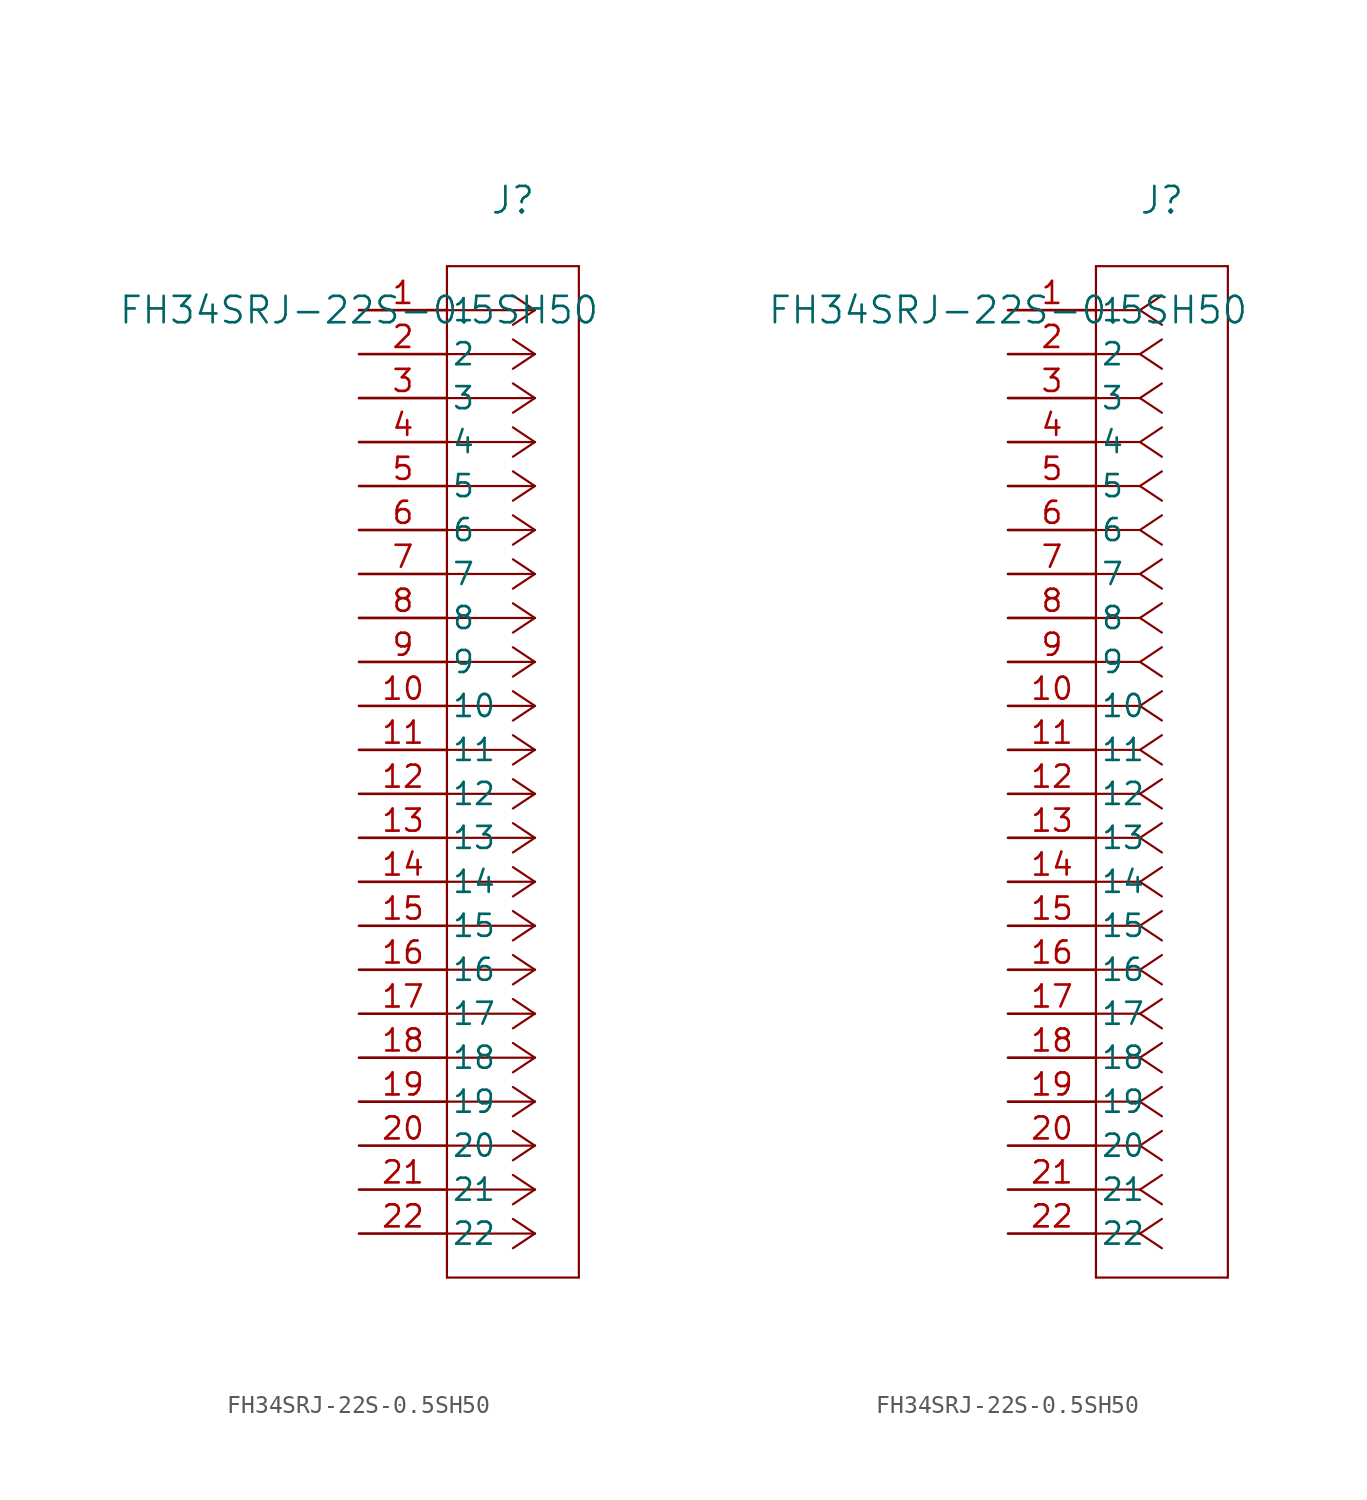
<source format=kicad_sym>
(kicad_symbol_lib
  (version 20211014)
  (generator kicad_symbol_editor)
  (symbol "FH34SRJ-22S-0.5SH50"
    (pin_names
      (offset 0.254))
    (property "Reference" "J"
      (at 8.89 6.35 0)
      (effects (font (size 1.524 1.524))))
    (property "Value" "FH34SRJ-22S-0.5SH50"
      (at 0 0 0)
      (effects (font (size 1.524 1.524))))
    (symbol "FH34SRJ-22S-0.5SH50_1_1"
      (polyline (pts (xy 10.16 0) (xy 5.08 0)) (stroke (width 0.127) (type default) (color 0 0 0 0)) (fill (type none)))
      (polyline (pts (xy 10.16 -2.54) (xy 5.08 -2.54)) (stroke (width 0.127) (type default) (color 0 0 0 0)) (fill (type none)))
      (polyline (pts (xy 10.16 -5.08) (xy 5.08 -5.08)) (stroke (width 0.127) (type default) (color 0 0 0 0)) (fill (type none)))
      (polyline (pts (xy 10.16 -7.62) (xy 5.08 -7.62)) (stroke (width 0.127) (type default) (color 0 0 0 0)) (fill (type none)))
      (polyline (pts (xy 10.16 -10.16) (xy 5.08 -10.16)) (stroke (width 0.127) (type default) (color 0 0 0 0)) (fill (type none)))
      (polyline (pts (xy 10.16 -12.7) (xy 5.08 -12.7)) (stroke (width 0.127) (type default) (color 0 0 0 0)) (fill (type none)))
      (polyline (pts (xy 10.16 -15.24) (xy 5.08 -15.24)) (stroke (width 0.127) (type default) (color 0 0 0 0)) (fill (type none)))
      (polyline (pts (xy 10.16 -17.78) (xy 5.08 -17.78)) (stroke (width 0.127) (type default) (color 0 0 0 0)) (fill (type none)))
      (polyline (pts (xy 10.16 -20.32) (xy 5.08 -20.32)) (stroke (width 0.127) (type default) (color 0 0 0 0)) (fill (type none)))
      (polyline (pts (xy 10.16 -22.86) (xy 5.08 -22.86)) (stroke (width 0.127) (type default) (color 0 0 0 0)) (fill (type none)))
      (polyline (pts (xy 10.16 -25.4) (xy 5.08 -25.4)) (stroke (width 0.127) (type default) (color 0 0 0 0)) (fill (type none)))
      (polyline (pts (xy 10.16 -27.94) (xy 5.08 -27.94)) (stroke (width 0.127) (type default) (color 0 0 0 0)) (fill (type none)))
      (polyline (pts (xy 10.16 -30.48) (xy 5.08 -30.48)) (stroke (width 0.127) (type default) (color 0 0 0 0)) (fill (type none)))
      (polyline (pts (xy 10.16 -33.02) (xy 5.08 -33.02)) (stroke (width 0.127) (type default) (color 0 0 0 0)) (fill (type none)))
      (polyline (pts (xy 10.16 -35.56) (xy 5.08 -35.56)) (stroke (width 0.127) (type default) (color 0 0 0 0)) (fill (type none)))
      (polyline (pts (xy 10.16 -38.1) (xy 5.08 -38.1)) (stroke (width 0.127) (type default) (color 0 0 0 0)) (fill (type none)))
      (polyline (pts (xy 10.16 -40.64) (xy 5.08 -40.64)) (stroke (width 0.127) (type default) (color 0 0 0 0)) (fill (type none)))
      (polyline (pts (xy 10.16 -43.18) (xy 5.08 -43.18)) (stroke (width 0.127) (type default) (color 0 0 0 0)) (fill (type none)))
      (polyline (pts (xy 10.16 -45.72) (xy 5.08 -45.72)) (stroke (width 0.127) (type default) (color 0 0 0 0)) (fill (type none)))
      (polyline (pts (xy 10.16 -48.26) (xy 5.08 -48.26)) (stroke (width 0.127) (type default) (color 0 0 0 0)) (fill (type none)))
      (polyline (pts (xy 10.16 -50.8) (xy 5.08 -50.8)) (stroke (width 0.127) (type default) (color 0 0 0 0)) (fill (type none)))
      (polyline (pts (xy 10.16 -53.34) (xy 5.08 -53.34)) (stroke (width 0.127) (type default) (color 0 0 0 0)) (fill (type none)))
      (polyline (pts (xy 10.16 0) (xy 8.89 0.847)) (stroke (width 0.127) (type default) (color 0 0 0 0)) (fill (type none)))
      (polyline (pts (xy 10.16 -2.54) (xy 8.89 -1.693)) (stroke (width 0.127) (type default) (color 0 0 0 0)) (fill (type none)))
      (polyline (pts (xy 10.16 -5.08) (xy 8.89 -4.233)) (stroke (width 0.127) (type default) (color 0 0 0 0)) (fill (type none)))
      (polyline (pts (xy 10.16 -7.62) (xy 8.89 -6.773)) (stroke (width 0.127) (type default) (color 0 0 0 0)) (fill (type none)))
      (polyline (pts (xy 10.16 -10.16) (xy 8.89 -9.313)) (stroke (width 0.127) (type default) (color 0 0 0 0)) (fill (type none)))
      (polyline (pts (xy 10.16 -12.7) (xy 8.89 -11.853)) (stroke (width 0.127) (type default) (color 0 0 0 0)) (fill (type none)))
      (polyline (pts (xy 10.16 -15.24) (xy 8.89 -14.393)) (stroke (width 0.127) (type default) (color 0 0 0 0)) (fill (type none)))
      (polyline (pts (xy 10.16 -17.78) (xy 8.89 -16.933)) (stroke (width 0.127) (type default) (color 0 0 0 0)) (fill (type none)))
      (polyline (pts (xy 10.16 -20.32) (xy 8.89 -19.473)) (stroke (width 0.127) (type default) (color 0 0 0 0)) (fill (type none)))
      (polyline (pts (xy 10.16 -22.86) (xy 8.89 -22.013)) (stroke (width 0.127) (type default) (color 0 0 0 0)) (fill (type none)))
      (polyline (pts (xy 10.16 -25.4) (xy 8.89 -24.553)) (stroke (width 0.127) (type default) (color 0 0 0 0)) (fill (type none)))
      (polyline (pts (xy 10.16 -27.94) (xy 8.89 -27.093)) (stroke (width 0.127) (type default) (color 0 0 0 0)) (fill (type none)))
      (polyline (pts (xy 10.16 -30.48) (xy 8.89 -29.633)) (stroke (width 0.127) (type default) (color 0 0 0 0)) (fill (type none)))
      (polyline (pts (xy 10.16 -33.02) (xy 8.89 -32.173)) (stroke (width 0.127) (type default) (color 0 0 0 0)) (fill (type none)))
      (polyline (pts (xy 10.16 -35.56) (xy 8.89 -34.713)) (stroke (width 0.127) (type default) (color 0 0 0 0)) (fill (type none)))
      (polyline (pts (xy 10.16 -38.1) (xy 8.89 -37.253)) (stroke (width 0.127) (type default) (color 0 0 0 0)) (fill (type none)))
      (polyline (pts (xy 10.16 -40.64) (xy 8.89 -39.793)) (stroke (width 0.127) (type default) (color 0 0 0 0)) (fill (type none)))
      (polyline (pts (xy 10.16 -43.18) (xy 8.89 -42.333)) (stroke (width 0.127) (type default) (color 0 0 0 0)) (fill (type none)))
      (polyline (pts (xy 10.16 -45.72) (xy 8.89 -44.873)) (stroke (width 0.127) (type default) (color 0 0 0 0)) (fill (type none)))
      (polyline (pts (xy 10.16 -48.26) (xy 8.89 -47.413)) (stroke (width 0.127) (type default) (color 0 0 0 0)) (fill (type none)))
      (polyline (pts (xy 10.16 -50.8) (xy 8.89 -49.953)) (stroke (width 0.127) (type default) (color 0 0 0 0)) (fill (type none)))
      (polyline (pts (xy 10.16 -53.34) (xy 8.89 -52.493)) (stroke (width 0.127) (type default) (color 0 0 0 0)) (fill (type none)))
      (polyline (pts (xy 10.16 0) (xy 8.89 -0.847)) (stroke (width 0.127) (type default) (color 0 0 0 0)) (fill (type none)))
      (polyline (pts (xy 10.16 -2.54) (xy 8.89 -3.387)) (stroke (width 0.127) (type default) (color 0 0 0 0)) (fill (type none)))
      (polyline (pts (xy 10.16 -5.08) (xy 8.89 -5.927)) (stroke (width 0.127) (type default) (color 0 0 0 0)) (fill (type none)))
      (polyline (pts (xy 10.16 -7.62) (xy 8.89 -8.467)) (stroke (width 0.127) (type default) (color 0 0 0 0)) (fill (type none)))
      (polyline (pts (xy 10.16 -10.16) (xy 8.89 -11.007)) (stroke (width 0.127) (type default) (color 0 0 0 0)) (fill (type none)))
      (polyline (pts (xy 10.16 -12.7) (xy 8.89 -13.547)) (stroke (width 0.127) (type default) (color 0 0 0 0)) (fill (type none)))
      (polyline (pts (xy 10.16 -15.24) (xy 8.89 -16.087)) (stroke (width 0.127) (type default) (color 0 0 0 0)) (fill (type none)))
      (polyline (pts (xy 10.16 -17.78) (xy 8.89 -18.627)) (stroke (width 0.127) (type default) (color 0 0 0 0)) (fill (type none)))
      (polyline (pts (xy 10.16 -20.32) (xy 8.89 -21.167)) (stroke (width 0.127) (type default) (color 0 0 0 0)) (fill (type none)))
      (polyline (pts (xy 10.16 -22.86) (xy 8.89 -23.707)) (stroke (width 0.127) (type default) (color 0 0 0 0)) (fill (type none)))
      (polyline (pts (xy 10.16 -25.4) (xy 8.89 -26.247)) (stroke (width 0.127) (type default) (color 0 0 0 0)) (fill (type none)))
      (polyline (pts (xy 10.16 -27.94) (xy 8.89 -28.787)) (stroke (width 0.127) (type default) (color 0 0 0 0)) (fill (type none)))
      (polyline (pts (xy 10.16 -30.48) (xy 8.89 -31.327)) (stroke (width 0.127) (type default) (color 0 0 0 0)) (fill (type none)))
      (polyline (pts (xy 10.16 -33.02) (xy 8.89 -33.867)) (stroke (width 0.127) (type default) (color 0 0 0 0)) (fill (type none)))
      (polyline (pts (xy 10.16 -35.56) (xy 8.89 -36.407)) (stroke (width 0.127) (type default) (color 0 0 0 0)) (fill (type none)))
      (polyline (pts (xy 10.16 -38.1) (xy 8.89 -38.947)) (stroke (width 0.127) (type default) (color 0 0 0 0)) (fill (type none)))
      (polyline (pts (xy 10.16 -40.64) (xy 8.89 -41.487)) (stroke (width 0.127) (type default) (color 0 0 0 0)) (fill (type none)))
      (polyline (pts (xy 10.16 -43.18) (xy 8.89 -44.027)) (stroke (width 0.127) (type default) (color 0 0 0 0)) (fill (type none)))
      (polyline (pts (xy 10.16 -45.72) (xy 8.89 -46.567)) (stroke (width 0.127) (type default) (color 0 0 0 0)) (fill (type none)))
      (polyline (pts (xy 10.16 -48.26) (xy 8.89 -49.107)) (stroke (width 0.127) (type default) (color 0 0 0 0)) (fill (type none)))
      (polyline (pts (xy 10.16 -50.8) (xy 8.89 -51.647)) (stroke (width 0.127) (type default) (color 0 0 0 0)) (fill (type none)))
      (polyline (pts (xy 10.16 -53.34) (xy 8.89 -54.187)) (stroke (width 0.127) (type default) (color 0 0 0 0)) (fill (type none)))
      (polyline (pts (xy 5.08 2.54) (xy 5.08 -55.88)) (stroke (width 0.127) (type default) (color 0 0 0 0)) (fill (type none)))
      (polyline (pts (xy 5.08 -55.88) (xy 12.7 -55.88)) (stroke (width 0.127) (type default) (color 0 0 0 0)) (fill (type none)))
      (polyline (pts (xy 12.7 -55.88) (xy 12.7 2.54)) (stroke (width 0.127) (type default) (color 0 0 0 0)) (fill (type none)))
      (polyline (pts (xy 12.7 2.54) (xy 5.08 2.54)) (stroke (width 0.127) (type default) (color 0 0 0 0)) (fill (type none)))
      (pin unspecified line (at 0 0 0) (length 5.08) (name "1" (effects (font (size 1.27 1.27)))) (number "1" (effects (font (size 1.27 1.27)))))
      (pin unspecified line (at 0 -2.54 0) (length 5.08) (name "2" (effects (font (size 1.27 1.27)))) (number "2" (effects (font (size 1.27 1.27)))))
      (pin unspecified line (at 0 -5.08 0) (length 5.08) (name "3" (effects (font (size 1.27 1.27)))) (number "3" (effects (font (size 1.27 1.27)))))
      (pin unspecified line (at 0 -7.62 0) (length 5.08) (name "4" (effects (font (size 1.27 1.27)))) (number "4" (effects (font (size 1.27 1.27)))))
      (pin unspecified line (at 0 -10.16 0) (length 5.08) (name "5" (effects (font (size 1.27 1.27)))) (number "5" (effects (font (size 1.27 1.27)))))
      (pin unspecified line (at 0 -12.7 0) (length 5.08) (name "6" (effects (font (size 1.27 1.27)))) (number "6" (effects (font (size 1.27 1.27)))))
      (pin unspecified line (at 0 -15.24 0) (length 5.08) (name "7" (effects (font (size 1.27 1.27)))) (number "7" (effects (font (size 1.27 1.27)))))
      (pin unspecified line (at 0 -17.78 0) (length 5.08) (name "8" (effects (font (size 1.27 1.27)))) (number "8" (effects (font (size 1.27 1.27)))))
      (pin unspecified line (at 0 -20.32 0) (length 5.08) (name "9" (effects (font (size 1.27 1.27)))) (number "9" (effects (font (size 1.27 1.27)))))
      (pin unspecified line (at 0 -22.86 0) (length 5.08) (name "10" (effects (font (size 1.27 1.27)))) (number "10" (effects (font (size 1.27 1.27)))))
      (pin unspecified line (at 0 -25.4 0) (length 5.08) (name "11" (effects (font (size 1.27 1.27)))) (number "11" (effects (font (size 1.27 1.27)))))
      (pin unspecified line (at 0 -27.94 0) (length 5.08) (name "12" (effects (font (size 1.27 1.27)))) (number "12" (effects (font (size 1.27 1.27)))))
      (pin unspecified line (at 0 -30.48 0) (length 5.08) (name "13" (effects (font (size 1.27 1.27)))) (number "13" (effects (font (size 1.27 1.27)))))
      (pin unspecified line (at 0 -33.02 0) (length 5.08) (name "14" (effects (font (size 1.27 1.27)))) (number "14" (effects (font (size 1.27 1.27)))))
      (pin unspecified line (at 0 -35.56 0) (length 5.08) (name "15" (effects (font (size 1.27 1.27)))) (number "15" (effects (font (size 1.27 1.27)))))
      (pin unspecified line (at 0 -38.1 0) (length 5.08) (name "16" (effects (font (size 1.27 1.27)))) (number "16" (effects (font (size 1.27 1.27)))))
      (pin unspecified line (at 0 -40.64 0) (length 5.08) (name "17" (effects (font (size 1.27 1.27)))) (number "17" (effects (font (size 1.27 1.27)))))
      (pin unspecified line (at 0 -43.18 0) (length 5.08) (name "18" (effects (font (size 1.27 1.27)))) (number "18" (effects (font (size 1.27 1.27)))))
      (pin unspecified line (at 0 -45.72 0) (length 5.08) (name "19" (effects (font (size 1.27 1.27)))) (number "19" (effects (font (size 1.27 1.27)))))
      (pin unspecified line (at 0 -48.26 0) (length 5.08) (name "20" (effects (font (size 1.27 1.27)))) (number "20" (effects (font (size 1.27 1.27)))))
      (pin unspecified line (at 0 -50.8 0) (length 5.08) (name "21" (effects (font (size 1.27 1.27)))) (number "21" (effects (font (size 1.27 1.27)))))
      (pin unspecified line (at 0 -53.34 0) (length 5.08) (name "22" (effects (font (size 1.27 1.27)))) (number "22" (effects (font (size 1.27 1.27))))))
    (symbol "FH34SRJ-22S-0.5SH50_1_2"
      (polyline (pts (xy 7.62 0) (xy 5.08 0)) (stroke (width 0.127) (type default) (color 0 0 0 0)) (fill (type none)))
      (polyline (pts (xy 7.62 -2.54) (xy 5.08 -2.54)) (stroke (width 0.127) (type default) (color 0 0 0 0)) (fill (type none)))
      (polyline (pts (xy 7.62 -5.08) (xy 5.08 -5.08)) (stroke (width 0.127) (type default) (color 0 0 0 0)) (fill (type none)))
      (polyline (pts (xy 7.62 -7.62) (xy 5.08 -7.62)) (stroke (width 0.127) (type default) (color 0 0 0 0)) (fill (type none)))
      (polyline (pts (xy 7.62 -10.16) (xy 5.08 -10.16)) (stroke (width 0.127) (type default) (color 0 0 0 0)) (fill (type none)))
      (polyline (pts (xy 7.62 -12.7) (xy 5.08 -12.7)) (stroke (width 0.127) (type default) (color 0 0 0 0)) (fill (type none)))
      (polyline (pts (xy 7.62 -15.24) (xy 5.08 -15.24)) (stroke (width 0.127) (type default) (color 0 0 0 0)) (fill (type none)))
      (polyline (pts (xy 7.62 -17.78) (xy 5.08 -17.78)) (stroke (width 0.127) (type default) (color 0 0 0 0)) (fill (type none)))
      (polyline (pts (xy 7.62 -20.32) (xy 5.08 -20.32)) (stroke (width 0.127) (type default) (color 0 0 0 0)) (fill (type none)))
      (polyline (pts (xy 7.62 -22.86) (xy 5.08 -22.86)) (stroke (width 0.127) (type default) (color 0 0 0 0)) (fill (type none)))
      (polyline (pts (xy 7.62 -25.4) (xy 5.08 -25.4)) (stroke (width 0.127) (type default) (color 0 0 0 0)) (fill (type none)))
      (polyline (pts (xy 7.62 -27.94) (xy 5.08 -27.94)) (stroke (width 0.127) (type default) (color 0 0 0 0)) (fill (type none)))
      (polyline (pts (xy 7.62 -30.48) (xy 5.08 -30.48)) (stroke (width 0.127) (type default) (color 0 0 0 0)) (fill (type none)))
      (polyline (pts (xy 7.62 -33.02) (xy 5.08 -33.02)) (stroke (width 0.127) (type default) (color 0 0 0 0)) (fill (type none)))
      (polyline (pts (xy 7.62 -35.56) (xy 5.08 -35.56)) (stroke (width 0.127) (type default) (color 0 0 0 0)) (fill (type none)))
      (polyline (pts (xy 7.62 -38.1) (xy 5.08 -38.1)) (stroke (width 0.127) (type default) (color 0 0 0 0)) (fill (type none)))
      (polyline (pts (xy 7.62 -40.64) (xy 5.08 -40.64)) (stroke (width 0.127) (type default) (color 0 0 0 0)) (fill (type none)))
      (polyline (pts (xy 7.62 -43.18) (xy 5.08 -43.18)) (stroke (width 0.127) (type default) (color 0 0 0 0)) (fill (type none)))
      (polyline (pts (xy 7.62 -45.72) (xy 5.08 -45.72)) (stroke (width 0.127) (type default) (color 0 0 0 0)) (fill (type none)))
      (polyline (pts (xy 7.62 -48.26) (xy 5.08 -48.26)) (stroke (width 0.127) (type default) (color 0 0 0 0)) (fill (type none)))
      (polyline (pts (xy 7.62 -50.8) (xy 5.08 -50.8)) (stroke (width 0.127) (type default) (color 0 0 0 0)) (fill (type none)))
      (polyline (pts (xy 7.62 -53.34) (xy 5.08 -53.34)) (stroke (width 0.127) (type default) (color 0 0 0 0)) (fill (type none)))
      (polyline (pts (xy 7.62 0) (xy 8.89 0.847)) (stroke (width 0.127) (type default) (color 0 0 0 0)) (fill (type none)))
      (polyline (pts (xy 7.62 -2.54) (xy 8.89 -1.693)) (stroke (width 0.127) (type default) (color 0 0 0 0)) (fill (type none)))
      (polyline (pts (xy 7.62 -5.08) (xy 8.89 -4.233)) (stroke (width 0.127) (type default) (color 0 0 0 0)) (fill (type none)))
      (polyline (pts (xy 7.62 -7.62) (xy 8.89 -6.773)) (stroke (width 0.127) (type default) (color 0 0 0 0)) (fill (type none)))
      (polyline (pts (xy 7.62 -10.16) (xy 8.89 -9.313)) (stroke (width 0.127) (type default) (color 0 0 0 0)) (fill (type none)))
      (polyline (pts (xy 7.62 -12.7) (xy 8.89 -11.853)) (stroke (width 0.127) (type default) (color 0 0 0 0)) (fill (type none)))
      (polyline (pts (xy 7.62 -15.24) (xy 8.89 -14.393)) (stroke (width 0.127) (type default) (color 0 0 0 0)) (fill (type none)))
      (polyline (pts (xy 7.62 -17.78) (xy 8.89 -16.933)) (stroke (width 0.127) (type default) (color 0 0 0 0)) (fill (type none)))
      (polyline (pts (xy 7.62 -20.32) (xy 8.89 -19.473)) (stroke (width 0.127) (type default) (color 0 0 0 0)) (fill (type none)))
      (polyline (pts (xy 7.62 -22.86) (xy 8.89 -22.013)) (stroke (width 0.127) (type default) (color 0 0 0 0)) (fill (type none)))
      (polyline (pts (xy 7.62 -25.4) (xy 8.89 -24.553)) (stroke (width 0.127) (type default) (color 0 0 0 0)) (fill (type none)))
      (polyline (pts (xy 7.62 -27.94) (xy 8.89 -27.093)) (stroke (width 0.127) (type default) (color 0 0 0 0)) (fill (type none)))
      (polyline (pts (xy 7.62 -30.48) (xy 8.89 -29.633)) (stroke (width 0.127) (type default) (color 0 0 0 0)) (fill (type none)))
      (polyline (pts (xy 7.62 -33.02) (xy 8.89 -32.173)) (stroke (width 0.127) (type default) (color 0 0 0 0)) (fill (type none)))
      (polyline (pts (xy 7.62 -35.56) (xy 8.89 -34.713)) (stroke (width 0.127) (type default) (color 0 0 0 0)) (fill (type none)))
      (polyline (pts (xy 7.62 -38.1) (xy 8.89 -37.253)) (stroke (width 0.127) (type default) (color 0 0 0 0)) (fill (type none)))
      (polyline (pts (xy 7.62 -40.64) (xy 8.89 -39.793)) (stroke (width 0.127) (type default) (color 0 0 0 0)) (fill (type none)))
      (polyline (pts (xy 7.62 -43.18) (xy 8.89 -42.333)) (stroke (width 0.127) (type default) (color 0 0 0 0)) (fill (type none)))
      (polyline (pts (xy 7.62 -45.72) (xy 8.89 -44.873)) (stroke (width 0.127) (type default) (color 0 0 0 0)) (fill (type none)))
      (polyline (pts (xy 7.62 -48.26) (xy 8.89 -47.413)) (stroke (width 0.127) (type default) (color 0 0 0 0)) (fill (type none)))
      (polyline (pts (xy 7.62 -50.8) (xy 8.89 -49.953)) (stroke (width 0.127) (type default) (color 0 0 0 0)) (fill (type none)))
      (polyline (pts (xy 7.62 -53.34) (xy 8.89 -52.493)) (stroke (width 0.127) (type default) (color 0 0 0 0)) (fill (type none)))
      (polyline (pts (xy 7.62 0) (xy 8.89 -0.847)) (stroke (width 0.127) (type default) (color 0 0 0 0)) (fill (type none)))
      (polyline (pts (xy 7.62 -2.54) (xy 8.89 -3.387)) (stroke (width 0.127) (type default) (color 0 0 0 0)) (fill (type none)))
      (polyline (pts (xy 7.62 -5.08) (xy 8.89 -5.927)) (stroke (width 0.127) (type default) (color 0 0 0 0)) (fill (type none)))
      (polyline (pts (xy 7.62 -7.62) (xy 8.89 -8.467)) (stroke (width 0.127) (type default) (color 0 0 0 0)) (fill (type none)))
      (polyline (pts (xy 7.62 -10.16) (xy 8.89 -11.007)) (stroke (width 0.127) (type default) (color 0 0 0 0)) (fill (type none)))
      (polyline (pts (xy 7.62 -12.7) (xy 8.89 -13.547)) (stroke (width 0.127) (type default) (color 0 0 0 0)) (fill (type none)))
      (polyline (pts (xy 7.62 -15.24) (xy 8.89 -16.087)) (stroke (width 0.127) (type default) (color 0 0 0 0)) (fill (type none)))
      (polyline (pts (xy 7.62 -17.78) (xy 8.89 -18.627)) (stroke (width 0.127) (type default) (color 0 0 0 0)) (fill (type none)))
      (polyline (pts (xy 7.62 -20.32) (xy 8.89 -21.167)) (stroke (width 0.127) (type default) (color 0 0 0 0)) (fill (type none)))
      (polyline (pts (xy 7.62 -22.86) (xy 8.89 -23.707)) (stroke (width 0.127) (type default) (color 0 0 0 0)) (fill (type none)))
      (polyline (pts (xy 7.62 -25.4) (xy 8.89 -26.247)) (stroke (width 0.127) (type default) (color 0 0 0 0)) (fill (type none)))
      (polyline (pts (xy 7.62 -27.94) (xy 8.89 -28.787)) (stroke (width 0.127) (type default) (color 0 0 0 0)) (fill (type none)))
      (polyline (pts (xy 7.62 -30.48) (xy 8.89 -31.327)) (stroke (width 0.127) (type default) (color 0 0 0 0)) (fill (type none)))
      (polyline (pts (xy 7.62 -33.02) (xy 8.89 -33.867)) (stroke (width 0.127) (type default) (color 0 0 0 0)) (fill (type none)))
      (polyline (pts (xy 7.62 -35.56) (xy 8.89 -36.407)) (stroke (width 0.127) (type default) (color 0 0 0 0)) (fill (type none)))
      (polyline (pts (xy 7.62 -38.1) (xy 8.89 -38.947)) (stroke (width 0.127) (type default) (color 0 0 0 0)) (fill (type none)))
      (polyline (pts (xy 7.62 -40.64) (xy 8.89 -41.487)) (stroke (width 0.127) (type default) (color 0 0 0 0)) (fill (type none)))
      (polyline (pts (xy 7.62 -43.18) (xy 8.89 -44.027)) (stroke (width 0.127) (type default) (color 0 0 0 0)) (fill (type none)))
      (polyline (pts (xy 7.62 -45.72) (xy 8.89 -46.567)) (stroke (width 0.127) (type default) (color 0 0 0 0)) (fill (type none)))
      (polyline (pts (xy 7.62 -48.26) (xy 8.89 -49.107)) (stroke (width 0.127) (type default) (color 0 0 0 0)) (fill (type none)))
      (polyline (pts (xy 7.62 -50.8) (xy 8.89 -51.647)) (stroke (width 0.127) (type default) (color 0 0 0 0)) (fill (type none)))
      (polyline (pts (xy 7.62 -53.34) (xy 8.89 -54.187)) (stroke (width 0.127) (type default) (color 0 0 0 0)) (fill (type none)))
      (polyline (pts (xy 5.08 2.54) (xy 5.08 -55.88)) (stroke (width 0.127) (type default) (color 0 0 0 0)) (fill (type none)))
      (polyline (pts (xy 5.08 -55.88) (xy 12.7 -55.88)) (stroke (width 0.127) (type default) (color 0 0 0 0)) (fill (type none)))
      (polyline (pts (xy 12.7 -55.88) (xy 12.7 2.54)) (stroke (width 0.127) (type default) (color 0 0 0 0)) (fill (type none)))
      (polyline (pts (xy 12.7 2.54) (xy 5.08 2.54)) (stroke (width 0.127) (type default) (color 0 0 0 0)) (fill (type none)))
      (pin unspecified line (at 0 0 0) (length 5.08) (name "1" (effects (font (size 1.27 1.27)))) (number "1" (effects (font (size 1.27 1.27)))))
      (pin unspecified line (at 0 -2.54 0) (length 5.08) (name "2" (effects (font (size 1.27 1.27)))) (number "2" (effects (font (size 1.27 1.27)))))
      (pin unspecified line (at 0 -5.08 0) (length 5.08) (name "3" (effects (font (size 1.27 1.27)))) (number "3" (effects (font (size 1.27 1.27)))))
      (pin unspecified line (at 0 -7.62 0) (length 5.08) (name "4" (effects (font (size 1.27 1.27)))) (number "4" (effects (font (size 1.27 1.27)))))
      (pin unspecified line (at 0 -10.16 0) (length 5.08) (name "5" (effects (font (size 1.27 1.27)))) (number "5" (effects (font (size 1.27 1.27)))))
      (pin unspecified line (at 0 -12.7 0) (length 5.08) (name "6" (effects (font (size 1.27 1.27)))) (number "6" (effects (font (size 1.27 1.27)))))
      (pin unspecified line (at 0 -15.24 0) (length 5.08) (name "7" (effects (font (size 1.27 1.27)))) (number "7" (effects (font (size 1.27 1.27)))))
      (pin unspecified line (at 0 -17.78 0) (length 5.08) (name "8" (effects (font (size 1.27 1.27)))) (number "8" (effects (font (size 1.27 1.27)))))
      (pin unspecified line (at 0 -20.32 0) (length 5.08) (name "9" (effects (font (size 1.27 1.27)))) (number "9" (effects (font (size 1.27 1.27)))))
      (pin unspecified line (at 0 -22.86 0) (length 5.08) (name "10" (effects (font (size 1.27 1.27)))) (number "10" (effects (font (size 1.27 1.27)))))
      (pin unspecified line (at 0 -25.4 0) (length 5.08) (name "11" (effects (font (size 1.27 1.27)))) (number "11" (effects (font (size 1.27 1.27)))))
      (pin unspecified line (at 0 -27.94 0) (length 5.08) (name "12" (effects (font (size 1.27 1.27)))) (number "12" (effects (font (size 1.27 1.27)))))
      (pin unspecified line (at 0 -30.48 0) (length 5.08) (name "13" (effects (font (size 1.27 1.27)))) (number "13" (effects (font (size 1.27 1.27)))))
      (pin unspecified line (at 0 -33.02 0) (length 5.08) (name "14" (effects (font (size 1.27 1.27)))) (number "14" (effects (font (size 1.27 1.27)))))
      (pin unspecified line (at 0 -35.56 0) (length 5.08) (name "15" (effects (font (size 1.27 1.27)))) (number "15" (effects (font (size 1.27 1.27)))))
      (pin unspecified line (at 0 -38.1 0) (length 5.08) (name "16" (effects (font (size 1.27 1.27)))) (number "16" (effects (font (size 1.27 1.27)))))
      (pin unspecified line (at 0 -40.64 0) (length 5.08) (name "17" (effects (font (size 1.27 1.27)))) (number "17" (effects (font (size 1.27 1.27)))))
      (pin unspecified line (at 0 -43.18 0) (length 5.08) (name "18" (effects (font (size 1.27 1.27)))) (number "18" (effects (font (size 1.27 1.27)))))
      (pin unspecified line (at 0 -45.72 0) (length 5.08) (name "19" (effects (font (size 1.27 1.27)))) (number "19" (effects (font (size 1.27 1.27)))))
      (pin unspecified line (at 0 -48.26 0) (length 5.08) (name "20" (effects (font (size 1.27 1.27)))) (number "20" (effects (font (size 1.27 1.27)))))
      (pin unspecified line (at 0 -50.8 0) (length 5.08) (name "21" (effects (font (size 1.27 1.27)))) (number "21" (effects (font (size 1.27 1.27)))))
      (pin unspecified line (at 0 -53.34 0) (length 5.08) (name "22" (effects (font (size 1.27 1.27)))) (number "22" (effects (font (size 1.27 1.27))))))))
</source>
